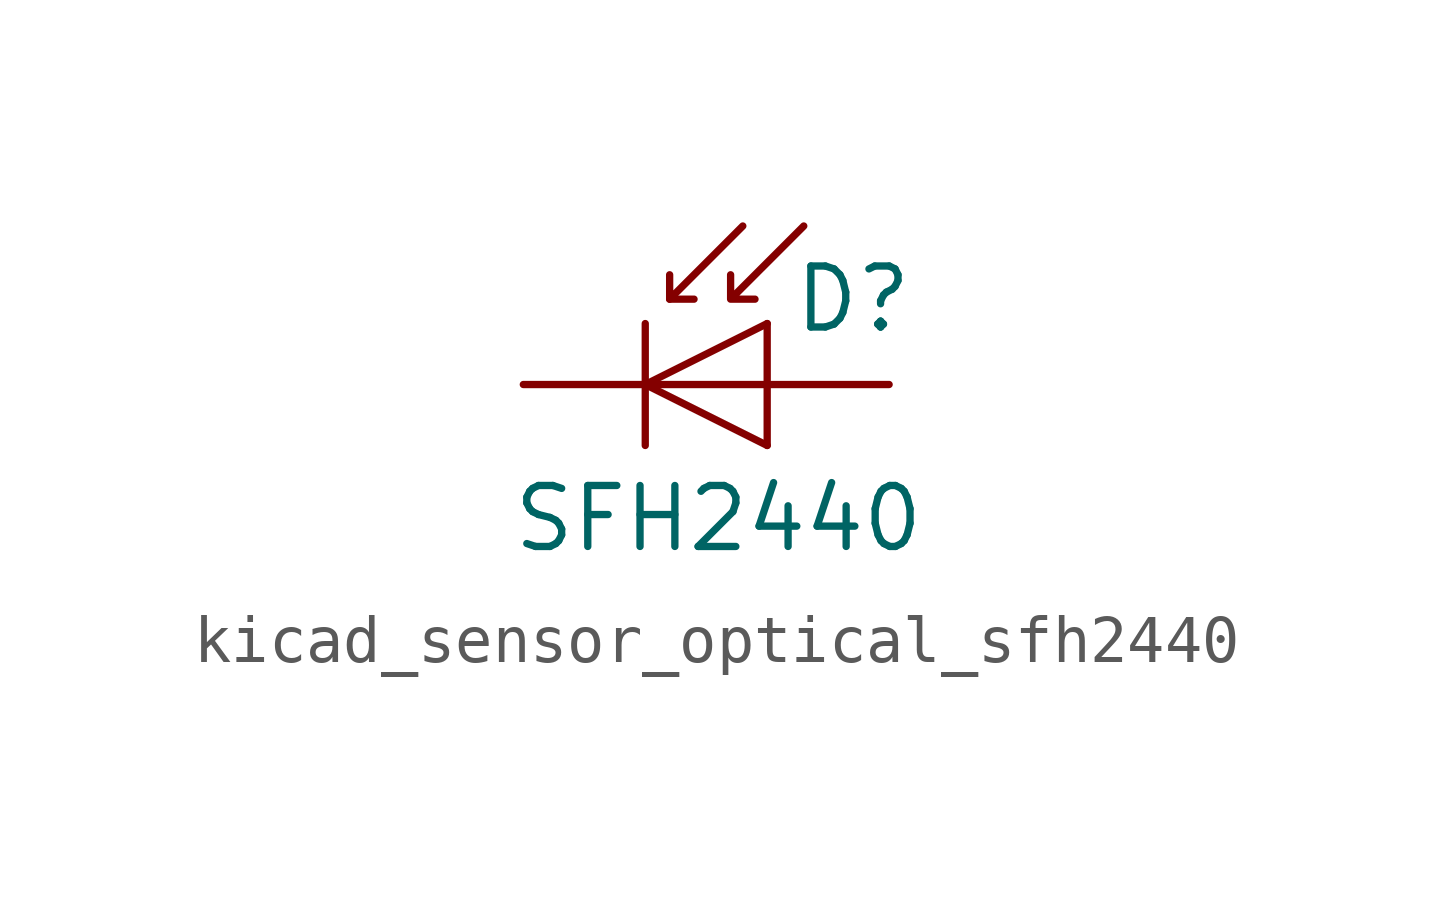
<source format=kicad_sym>
(kicad_symbol_lib
  (version 20220914)
  (generator kicad_symbol_editor)
  (symbol "kicad_sensor_optical_sfh2440"
    (pin_numbers hide)
    (pin_names
      (offset 1.016) hide)
    (property "Reference" "D"
      (at 0.508 1.778 0)
      (effects (font (size 1.27 1.27)) (justify left)))
    (property "Value" "SFH2440"
      (at -1.016 -2.794 0)
      (effects (font (size 1.27 1.27))))
    (symbol "kicad_sensor_optical_sfh2440_0_1"
      (polyline (pts (xy -2.54 1.27) (xy -2.54 -1.27)) (stroke (width 0.152) (type default)) (fill (type none)))
      (polyline (pts (xy -2.032 1.778) (xy -1.524 1.778)) (stroke (width 0) (type default)) (fill (type none)))
      (polyline (pts (xy 0 -1.27) (xy 0 1.27)) (stroke (width 0) (type default)) (fill (type none)))
      (polyline (pts (xy 0 0) (xy -2.54 0)) (stroke (width 0) (type default)) (fill (type none)))
      (polyline (pts (xy -0.508 3.302) (xy -2.032 1.778) (xy -2.032 2.286)) (stroke (width 0) (type default)) (fill (type none)))
      (polyline (pts (xy 0 1.27) (xy -2.54 0) (xy 0 -1.27)) (stroke (width 0) (type default)) (fill (type none)))
      (polyline (pts (xy 0.762 3.302) (xy -0.762 1.778) (xy -0.762 2.286) (xy -0.762 1.778) (xy -0.254 1.778)) (stroke (width 0) (type default)) (fill (type none))))
    (symbol "kicad_sensor_optical_sfh2440_1_1"
      (pin passive line (at -5.08 0 0) (length 2.54) (name "K" (effects (font (size 1.27 1.27)))) (number "1" (effects (font (size 1.27 1.27)))))
      (pin passive line (at 2.54 0 180) (length 2.54) (name "A" (effects (font (size 1.27 1.27)))) (number "2" (effects (font (size 1.27 1.27))))))))
</source>
